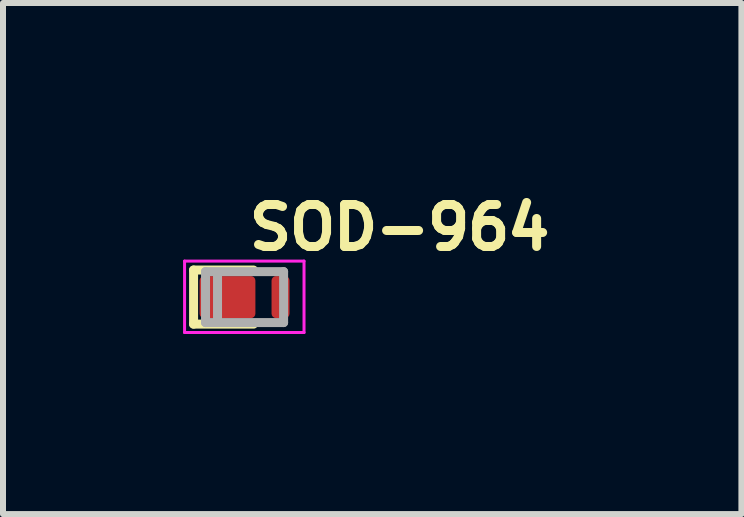
<source format=kicad_pcb>
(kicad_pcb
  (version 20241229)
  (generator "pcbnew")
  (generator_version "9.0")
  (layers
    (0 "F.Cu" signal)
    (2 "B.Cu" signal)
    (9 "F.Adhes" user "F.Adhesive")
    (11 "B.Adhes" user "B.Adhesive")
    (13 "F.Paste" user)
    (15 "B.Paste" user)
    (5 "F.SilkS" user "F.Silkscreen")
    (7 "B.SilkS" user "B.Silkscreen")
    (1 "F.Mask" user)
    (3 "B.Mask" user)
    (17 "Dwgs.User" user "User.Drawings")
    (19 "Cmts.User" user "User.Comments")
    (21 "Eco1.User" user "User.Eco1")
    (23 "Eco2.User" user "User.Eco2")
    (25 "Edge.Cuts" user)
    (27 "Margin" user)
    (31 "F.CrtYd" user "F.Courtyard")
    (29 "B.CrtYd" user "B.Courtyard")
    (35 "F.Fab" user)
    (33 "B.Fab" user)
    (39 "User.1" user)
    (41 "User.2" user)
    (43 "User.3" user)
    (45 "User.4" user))
  (footprint "SOD-964"
    (layer "F.Cu")
    (at 1.025 1.9)
    (property "Reference" "SOD-964" (at 0 -0.75 0) (layer "F.SilkS") (effects (font (size 0.7 0.7) (thickness 0.15)) (justify left bottom)))
    (attr smd)
    (fp_line (start -0.85 -0.451) (end -0.85 0.45) (stroke (width 0.15) (type solid)) (layer "F.SilkS"))
    (fp_line (start -0.85 -0.451) (end 0.149 -0.451) (stroke (width 0.15) (type solid)) (layer "F.SilkS"))
    (fp_line (start 0.149 0.45) (end -0.85 0.45) (stroke (width 0.15) (type solid)) (layer "F.SilkS"))
    (fp_line (start -1 -0.6) (end 0.99 -0.6) (stroke (width 0.05) (type solid)) (layer "F.CrtYd"))
    (fp_line (start -1 0.59) (end -1 -0.6) (stroke (width 0.05) (type solid)) (layer "F.CrtYd"))
    (fp_line (start 0.99 -0.6) (end 0.99 0.59) (stroke (width 0.05) (type solid)) (layer "F.CrtYd"))
    (fp_line (start 0.99 0.59) (end -1 0.59) (stroke (width 0.05) (type solid)) (layer "F.CrtYd"))
    (fp_line (start -0.651 -0.425) (end 0.65 -0.425) (stroke (width 0.15) (type solid)) (layer "F.Fab"))
    (fp_line (start -0.651 0.424) (end -0.651 -0.425) (stroke (width 0.15) (type solid)) (layer "F.Fab"))
    (fp_line (start -0.651 0.424) (end 0.65 0.424) (stroke (width 0.15) (type solid)) (layer "F.Fab"))
    (fp_line (start -0.451 -0.401) (end -0.451 0.4) (stroke (width 0.15) (type solid)) (layer "F.Fab"))
    (fp_line (start 0.65 -0.425) (end 0.65 0.424) (stroke (width 0.15) (type solid)) (layer "F.Fab"))
    (fp_rect (start -0.801 -0.401) (end 0.8 0.4) (stroke (width 0.1) (type solid)) (fill no) (layer "User.5"))
    (fp_line (start -0.801 -0.401) (end -0.801 0.4) (stroke (width 0.02) (type solid)) (layer "User.9"))
    (fp_line (start -0.801 0.4) (end -0.451 0.4) (stroke (width 0.02) (type solid)) (layer "User.9"))
    (fp_line (start -0.451 -0.401) (end -0.801 -0.401) (stroke (width 0.02) (type solid)) (layer "User.9"))
    (fp_line (start -0.451 0.4) (end -0.451 -0.401) (stroke (width 0.02) (type solid)) (layer "User.9"))
    (fp_line (start -0.451 0.4) (end -0.451 -0.401) (stroke (width 0.02) (type solid)) (layer "User.9"))
    (fp_line (start 0.8 -0.401) (end -0.451 -0.401) (stroke (width 0.02) (type solid)) (layer "User.9"))
    (fp_line (start 0.8 0.4) (end -0.451 0.4) (stroke (width 0.02) (type solid)) (layer "User.9"))
    (fp_line (start 0.8 0.4) (end 0.8 -0.401) (stroke (width 0.02) (type solid)) (layer "User.9"))
    (pad "A" smd roundrect (at 0.599 0) (size 0.3 0.7) (layers "F.Cu" "F.Mask" "F.Paste") (roundrect_rratio 0.25))
    (pad "K" smd roundrect (at -0.285 0) (size 0.93 0.7) (layers "F.Cu" "F.Mask" "F.Paste") (roundrect_rratio 0.107)))
  (gr_rect
    (start -3 -3)
    (end 9.302 5.515)
    (stroke (width 0.1) (type default))
    (fill no)
    (layer "Edge.Cuts")))
</source>
